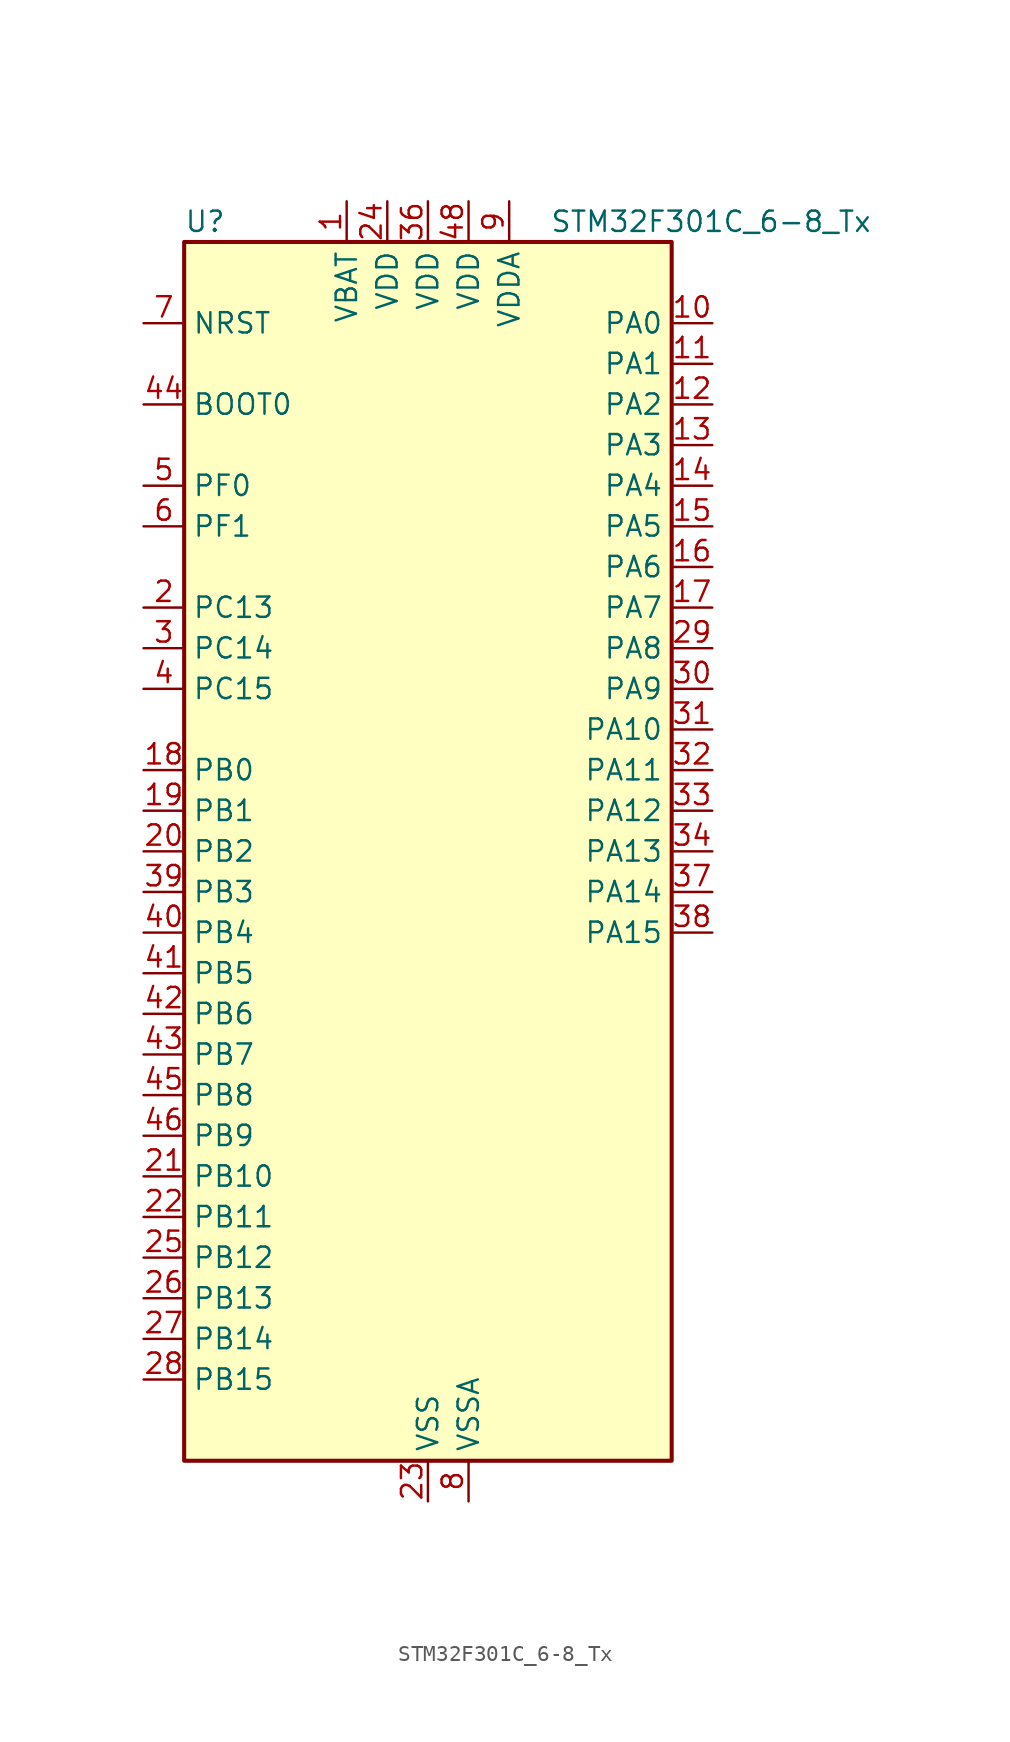
<source format=kicad_sym>
(kicad_symbol_lib
  (version 20241209)
  (generator "kicad_symbol_editor")
  (generator_version "9.0")
  (symbol "STM32F301C_6-8_Tx"
    (property "Reference" "U"
      (at -15.24 39.37 0)
      (effects (font (size 1.27 1.27)) (justify left)))
    (property "Value" "STM32F301C_6-8_Tx"
      (at 7.62 39.37 0)
      (effects (font (size 1.27 1.27)) (justify left)))
    (symbol "STM32F301C_6-8_Tx_0_1"
      (rectangle (start -15.24 -38.1) (end 15.24 38.1) (stroke (width 0.254) (type default)) (fill (type background))))
    (symbol "STM32F301C_6-8_Tx_1_1"
      (pin input line (at -17.78 33.02 0) (length 2.54) (name "NRST" (effects (font (size 1.27 1.27)))) (number "7" (effects (font (size 1.27 1.27)))))
      (pin input line (at -17.78 27.94 0) (length 2.54) (name "BOOT0" (effects (font (size 1.27 1.27)))) (number "44" (effects (font (size 1.27 1.27)))))
      (pin bidirectional line (at -17.78 22.86 0) (length 2.54) (name "PF0" (effects (font (size 1.27 1.27)))) (number "5" (effects (font (size 1.27 1.27)))) (alternate "I2C2_SDA" bidirectional line) (alternate "I2S2_WS" bidirectional line) (alternate "RCC_OSC_IN" bidirectional line) (alternate "SPI2_NSS" bidirectional line) (alternate "TIM1_CH3N" bidirectional line))
      (pin bidirectional line (at -17.78 20.32 0) (length 2.54) (name "PF1" (effects (font (size 1.27 1.27)))) (number "6" (effects (font (size 1.27 1.27)))) (alternate "I2C2_SCL" bidirectional line) (alternate "I2S2_CK" bidirectional line) (alternate "RCC_OSC_OUT" bidirectional line) (alternate "SPI2_SCK" bidirectional line))
      (pin bidirectional line (at -17.78 15.24 0) (length 2.54) (name "PC13" (effects (font (size 1.27 1.27)))) (number "2" (effects (font (size 1.27 1.27)))) (alternate "RTC_OUT_ALARM" bidirectional line) (alternate "RTC_OUT_CALIB" bidirectional line) (alternate "RTC_TAMP1" bidirectional line) (alternate "RTC_TS" bidirectional line) (alternate "SYS_WKUP2" bidirectional line) (alternate "TIM1_CH1N" bidirectional line))
      (pin bidirectional line (at -17.78 12.7 0) (length 2.54) (name "PC14" (effects (font (size 1.27 1.27)))) (number "3" (effects (font (size 1.27 1.27)))) (alternate "RCC_OSC32_IN" bidirectional line))
      (pin bidirectional line (at -17.78 10.16 0) (length 2.54) (name "PC15" (effects (font (size 1.27 1.27)))) (number "4" (effects (font (size 1.27 1.27)))) (alternate "ADC1_EXTI15" bidirectional line) (alternate "RCC_OSC32_OUT" bidirectional line))
      (pin bidirectional line (at -17.78 5.08 0) (length 2.54) (name "PB0" (effects (font (size 1.27 1.27)))) (number "18" (effects (font (size 1.27 1.27)))) (alternate "ADC1_IN11" bidirectional line) (alternate "COMP4_INP" bidirectional line) (alternate "OPAMP2_VINP" bidirectional line) (alternate "OPAMP2_VINP_SEC" bidirectional line) (alternate "TIM1_CH2N" bidirectional line) (alternate "TSC_G3_IO2" bidirectional line))
      (pin bidirectional line (at -17.78 2.54 0) (length 2.54) (name "PB1" (effects (font (size 1.27 1.27)))) (number "19" (effects (font (size 1.27 1.27)))) (alternate "ADC1_IN12" bidirectional line) (alternate "COMP4_OUT" bidirectional line) (alternate "TIM1_CH3N" bidirectional line) (alternate "TSC_G3_IO3" bidirectional line))
      (pin bidirectional line (at -17.78 0 0) (length 2.54) (name "PB2" (effects (font (size 1.27 1.27)))) (number "20" (effects (font (size 1.27 1.27)))) (alternate "COMP4_INM" bidirectional line) (alternate "TSC_G3_IO4" bidirectional line))
      (pin bidirectional line (at -17.78 -2.54 0) (length 2.54) (name "PB3" (effects (font (size 1.27 1.27)))) (number "39" (effects (font (size 1.27 1.27)))) (alternate "I2S3_CK" bidirectional line) (alternate "SPI3_SCK" bidirectional line) (alternate "SYS_JTDO-TRACESWO" bidirectional line) (alternate "TIM2_CH2" bidirectional line) (alternate "TSC_G5_IO1" bidirectional line) (alternate "USART2_TX" bidirectional line))
      (pin bidirectional line (at -17.78 -5.08 0) (length 2.54) (name "PB4" (effects (font (size 1.27 1.27)))) (number "40" (effects (font (size 1.27 1.27)))) (alternate "I2S3_ext_SD" bidirectional line) (alternate "SPI3_MISO" bidirectional line) (alternate "SYS_NJTRST" bidirectional line) (alternate "TIM16_CH1" bidirectional line) (alternate "TIM17_BKIN" bidirectional line) (alternate "TSC_G5_IO2" bidirectional line) (alternate "USART2_RX" bidirectional line))
      (pin bidirectional line (at -17.78 -7.62 0) (length 2.54) (name "PB5" (effects (font (size 1.27 1.27)))) (number "41" (effects (font (size 1.27 1.27)))) (alternate "I2C1_SMBA" bidirectional line) (alternate "I2C3_SDA" bidirectional line) (alternate "I2S3_SD" bidirectional line) (alternate "SPI3_MOSI" bidirectional line) (alternate "TIM16_BKIN" bidirectional line) (alternate "TIM17_CH1" bidirectional line) (alternate "USART2_CK" bidirectional line))
      (pin bidirectional line (at -17.78 -10.16 0) (length 2.54) (name "PB6" (effects (font (size 1.27 1.27)))) (number "42" (effects (font (size 1.27 1.27)))) (alternate "I2C1_SCL" bidirectional line) (alternate "TIM16_CH1N" bidirectional line) (alternate "TSC_G5_IO3" bidirectional line) (alternate "USART1_TX" bidirectional line))
      (pin bidirectional line (at -17.78 -12.7 0) (length 2.54) (name "PB7" (effects (font (size 1.27 1.27)))) (number "43" (effects (font (size 1.27 1.27)))) (alternate "I2C1_SDA" bidirectional line) (alternate "TIM17_CH1N" bidirectional line) (alternate "TSC_G5_IO4" bidirectional line) (alternate "USART1_RX" bidirectional line))
      (pin bidirectional line (at -17.78 -15.24 0) (length 2.54) (name "PB8" (effects (font (size 1.27 1.27)))) (number "45" (effects (font (size 1.27 1.27)))) (alternate "I2C1_SCL" bidirectional line) (alternate "TIM16_CH1" bidirectional line) (alternate "TIM1_BKIN" bidirectional line) (alternate "TSC_SYNC" bidirectional line) (alternate "USART3_RX" bidirectional line))
      (pin bidirectional line (at -17.78 -17.78 0) (length 2.54) (name "PB9" (effects (font (size 1.27 1.27)))) (number "46" (effects (font (size 1.27 1.27)))) (alternate "COMP2_OUT" bidirectional line) (alternate "DAC_EXTI9" bidirectional line) (alternate "I2C1_SDA" bidirectional line) (alternate "IR_OUT" bidirectional line) (alternate "TIM17_CH1" bidirectional line) (alternate "USART3_TX" bidirectional line))
      (pin bidirectional line (at -17.78 -20.32 0) (length 2.54) (name "PB10" (effects (font (size 1.27 1.27)))) (number "21" (effects (font (size 1.27 1.27)))) (alternate "TIM2_CH3" bidirectional line) (alternate "TSC_SYNC" bidirectional line) (alternate "USART3_TX" bidirectional line))
      (pin bidirectional line (at -17.78 -22.86 0) (length 2.54) (name "PB11" (effects (font (size 1.27 1.27)))) (number "22" (effects (font (size 1.27 1.27)))) (alternate "ADC1_EXTI11" bidirectional line) (alternate "ADC1_IN14" bidirectional line) (alternate "COMP6_INP" bidirectional line) (alternate "TIM2_CH4" bidirectional line) (alternate "TSC_G6_IO1" bidirectional line) (alternate "USART3_RX" bidirectional line))
      (pin bidirectional line (at -17.78 -25.4 0) (length 2.54) (name "PB12" (effects (font (size 1.27 1.27)))) (number "25" (effects (font (size 1.27 1.27)))) (alternate "I2C2_SMBA" bidirectional line) (alternate "I2S2_WS" bidirectional line) (alternate "SPI2_NSS" bidirectional line) (alternate "TIM1_BKIN" bidirectional line) (alternate "TSC_G6_IO2" bidirectional line) (alternate "USART3_CK" bidirectional line))
      (pin bidirectional line (at -17.78 -27.94 0) (length 2.54) (name "PB13" (effects (font (size 1.27 1.27)))) (number "26" (effects (font (size 1.27 1.27)))) (alternate "ADC1_IN13" bidirectional line) (alternate "I2S2_CK" bidirectional line) (alternate "SPI2_SCK" bidirectional line) (alternate "TIM1_CH1N" bidirectional line) (alternate "TSC_G6_IO3" bidirectional line) (alternate "USART3_CTS" bidirectional line))
      (pin bidirectional line (at -17.78 -30.48 0) (length 2.54) (name "PB14" (effects (font (size 1.27 1.27)))) (number "27" (effects (font (size 1.27 1.27)))) (alternate "I2S2_ext_SD" bidirectional line) (alternate "OPAMP2_VINP" bidirectional line) (alternate "OPAMP2_VINP_SEC" bidirectional line) (alternate "SPI2_MISO" bidirectional line) (alternate "TIM15_CH1" bidirectional line) (alternate "TIM1_CH2N" bidirectional line) (alternate "TSC_G6_IO4" bidirectional line) (alternate "USART3_DE" bidirectional line) (alternate "USART3_RTS" bidirectional line))
      (pin bidirectional line (at -17.78 -33.02 0) (length 2.54) (name "PB15" (effects (font (size 1.27 1.27)))) (number "28" (effects (font (size 1.27 1.27)))) (alternate "ADC1_EXTI15" bidirectional line) (alternate "COMP6_INM" bidirectional line) (alternate "I2S2_SD" bidirectional line) (alternate "RTC_REFIN" bidirectional line) (alternate "SPI2_MOSI" bidirectional line) (alternate "TIM15_CH1N" bidirectional line) (alternate "TIM15_CH2" bidirectional line) (alternate "TIM1_CH3N" bidirectional line))
      (pin power_in line (at -5.08 40.64 270) (length 2.54) (name "VBAT" (effects (font (size 1.27 1.27)))) (number "1" (effects (font (size 1.27 1.27)))))
      (pin power_in line (at -2.54 40.64 270) (length 2.54) (name "VDD" (effects (font (size 1.27 1.27)))) (number "24" (effects (font (size 1.27 1.27)))))
      (pin power_in line (at 0 40.64 270) (length 2.54) (name "VDD" (effects (font (size 1.27 1.27)))) (number "36" (effects (font (size 1.27 1.27)))))
      (pin power_in line (at 0 -40.64 90) (length 2.54) (name "VSS" (effects (font (size 1.27 1.27)))) (number "23" (effects (font (size 1.27 1.27)))))
      (pin passive line (at 0 -40.64 90) (length 2.54) (hide yes) (name "VSS" (effects (font (size 1.27 1.27)))) (number "35" (effects (font (size 1.27 1.27)))))
      (pin passive line (at 0 -40.64 90) (length 2.54) (hide yes) (name "VSS" (effects (font (size 1.27 1.27)))) (number "47" (effects (font (size 1.27 1.27)))))
      (pin power_in line (at 2.54 40.64 270) (length 2.54) (name "VDD" (effects (font (size 1.27 1.27)))) (number "48" (effects (font (size 1.27 1.27)))))
      (pin power_in line (at 2.54 -40.64 90) (length 2.54) (name "VSSA" (effects (font (size 1.27 1.27)))) (number "8" (effects (font (size 1.27 1.27)))))
      (pin power_in line (at 5.08 40.64 270) (length 2.54) (name "VDDA" (effects (font (size 1.27 1.27)))) (number "9" (effects (font (size 1.27 1.27)))))
      (pin bidirectional line (at 17.78 33.02 180) (length 2.54) (name "PA0" (effects (font (size 1.27 1.27)))) (number "10" (effects (font (size 1.27 1.27)))) (alternate "ADC1_IN1" bidirectional line) (alternate "RTC_TAMP2" bidirectional line) (alternate "SYS_WKUP1" bidirectional line) (alternate "TIM2_CH1" bidirectional line) (alternate "TIM2_ETR" bidirectional line) (alternate "TSC_G1_IO1" bidirectional line) (alternate "USART2_CTS" bidirectional line))
      (pin bidirectional line (at 17.78 30.48 180) (length 2.54) (name "PA1" (effects (font (size 1.27 1.27)))) (number "11" (effects (font (size 1.27 1.27)))) (alternate "ADC1_IN2" bidirectional line) (alternate "RTC_REFIN" bidirectional line) (alternate "TIM15_CH1N" bidirectional line) (alternate "TIM2_CH2" bidirectional line) (alternate "TSC_G1_IO2" bidirectional line) (alternate "USART2_DE" bidirectional line) (alternate "USART2_RTS" bidirectional line))
      (pin bidirectional line (at 17.78 27.94 180) (length 2.54) (name "PA2" (effects (font (size 1.27 1.27)))) (number "12" (effects (font (size 1.27 1.27)))) (alternate "ADC1_IN3" bidirectional line) (alternate "COMP2_INM" bidirectional line) (alternate "COMP2_OUT" bidirectional line) (alternate "TIM15_CH1" bidirectional line) (alternate "TIM2_CH3" bidirectional line) (alternate "TSC_G1_IO3" bidirectional line) (alternate "USART2_TX" bidirectional line))
      (pin bidirectional line (at 17.78 25.4 180) (length 2.54) (name "PA3" (effects (font (size 1.27 1.27)))) (number "13" (effects (font (size 1.27 1.27)))) (alternate "ADC1_IN4" bidirectional line) (alternate "TIM15_CH2" bidirectional line) (alternate "TIM2_CH4" bidirectional line) (alternate "TSC_G1_IO4" bidirectional line) (alternate "USART2_RX" bidirectional line))
      (pin bidirectional line (at 17.78 22.86 180) (length 2.54) (name "PA4" (effects (font (size 1.27 1.27)))) (number "14" (effects (font (size 1.27 1.27)))) (alternate "ADC1_IN5" bidirectional line) (alternate "COMP2_INM" bidirectional line) (alternate "COMP4_INM" bidirectional line) (alternate "COMP6_INM" bidirectional line) (alternate "DAC_OUT1" bidirectional line) (alternate "I2S3_WS" bidirectional line) (alternate "SPI3_NSS" bidirectional line) (alternate "TSC_G2_IO1" bidirectional line) (alternate "USART2_CK" bidirectional line))
      (pin bidirectional line (at 17.78 20.32 180) (length 2.54) (name "PA5" (effects (font (size 1.27 1.27)))) (number "15" (effects (font (size 1.27 1.27)))) (alternate "OPAMP2_VINM" bidirectional line) (alternate "OPAMP2_VINM_SEC" bidirectional line) (alternate "TIM2_CH1" bidirectional line) (alternate "TIM2_ETR" bidirectional line) (alternate "TSC_G2_IO2" bidirectional line))
      (pin bidirectional line (at 17.78 17.78 180) (length 2.54) (name "PA6" (effects (font (size 1.27 1.27)))) (number "16" (effects (font (size 1.27 1.27)))) (alternate "ADC1_IN10" bidirectional line) (alternate "OPAMP2_VOUT" bidirectional line) (alternate "TIM16_CH1" bidirectional line) (alternate "TIM1_BKIN" bidirectional line) (alternate "TSC_G2_IO3" bidirectional line))
      (pin bidirectional line (at 17.78 15.24 180) (length 2.54) (name "PA7" (effects (font (size 1.27 1.27)))) (number "17" (effects (font (size 1.27 1.27)))) (alternate "ADC1_IN15" bidirectional line) (alternate "COMP2_INP" bidirectional line) (alternate "OPAMP2_VINP" bidirectional line) (alternate "OPAMP2_VINP_SEC" bidirectional line) (alternate "TIM17_CH1" bidirectional line) (alternate "TIM1_CH1N" bidirectional line) (alternate "TSC_G2_IO4" bidirectional line))
      (pin bidirectional line (at 17.78 12.7 180) (length 2.54) (name "PA8" (effects (font (size 1.27 1.27)))) (number "29" (effects (font (size 1.27 1.27)))) (alternate "I2C2_SMBA" bidirectional line) (alternate "I2C3_SCL" bidirectional line) (alternate "I2S2_MCK" bidirectional line) (alternate "RCC_MCO" bidirectional line) (alternate "TIM1_CH1" bidirectional line) (alternate "USART1_CK" bidirectional line))
      (pin bidirectional line (at 17.78 10.16 180) (length 2.54) (name "PA9" (effects (font (size 1.27 1.27)))) (number "30" (effects (font (size 1.27 1.27)))) (alternate "DAC_EXTI9" bidirectional line) (alternate "I2C2_SCL" bidirectional line) (alternate "I2C3_SMBA" bidirectional line) (alternate "I2S3_MCK" bidirectional line) (alternate "TIM15_BKIN" bidirectional line) (alternate "TIM1_CH2" bidirectional line) (alternate "TIM2_CH3" bidirectional line) (alternate "TSC_G4_IO1" bidirectional line) (alternate "USART1_TX" bidirectional line))
      (pin bidirectional line (at 17.78 7.62 180) (length 2.54) (name "PA10" (effects (font (size 1.27 1.27)))) (number "31" (effects (font (size 1.27 1.27)))) (alternate "COMP6_OUT" bidirectional line) (alternate "I2C2_SDA" bidirectional line) (alternate "I2S2_ext_SD" bidirectional line) (alternate "SPI2_MISO" bidirectional line) (alternate "TIM17_BKIN" bidirectional line) (alternate "TIM1_CH3" bidirectional line) (alternate "TIM2_CH4" bidirectional line) (alternate "TSC_G4_IO2" bidirectional line) (alternate "USART1_RX" bidirectional line))
      (pin bidirectional line (at 17.78 5.08 180) (length 2.54) (name "PA11" (effects (font (size 1.27 1.27)))) (number "32" (effects (font (size 1.27 1.27)))) (alternate "ADC1_EXTI11" bidirectional line) (alternate "I2S2_SD" bidirectional line) (alternate "SPI2_MOSI" bidirectional line) (alternate "TIM1_BKIN2" bidirectional line) (alternate "TIM1_CH1N" bidirectional line) (alternate "TIM1_CH4" bidirectional line) (alternate "USART1_CTS" bidirectional line))
      (pin bidirectional line (at 17.78 2.54 180) (length 2.54) (name "PA12" (effects (font (size 1.27 1.27)))) (number "33" (effects (font (size 1.27 1.27)))) (alternate "COMP2_OUT" bidirectional line) (alternate "I2S_CKIN" bidirectional line) (alternate "TIM16_CH1" bidirectional line) (alternate "TIM1_CH2N" bidirectional line) (alternate "TIM1_ETR" bidirectional line) (alternate "USART1_DE" bidirectional line) (alternate "USART1_RTS" bidirectional line))
      (pin bidirectional line (at 17.78 0 180) (length 2.54) (name "PA13" (effects (font (size 1.27 1.27)))) (number "34" (effects (font (size 1.27 1.27)))) (alternate "IR_OUT" bidirectional line) (alternate "SYS_JTMS-SWDIO" bidirectional line) (alternate "TIM16_CH1N" bidirectional line) (alternate "TSC_G4_IO3" bidirectional line) (alternate "USART3_CTS" bidirectional line))
      (pin bidirectional line (at 17.78 -2.54 180) (length 2.54) (name "PA14" (effects (font (size 1.27 1.27)))) (number "37" (effects (font (size 1.27 1.27)))) (alternate "I2C1_SDA" bidirectional line) (alternate "SYS_JTCK-SWCLK" bidirectional line) (alternate "TIM1_BKIN" bidirectional line) (alternate "TSC_G4_IO4" bidirectional line) (alternate "USART2_TX" bidirectional line))
      (pin bidirectional line (at 17.78 -5.08 180) (length 2.54) (name "PA15" (effects (font (size 1.27 1.27)))) (number "38" (effects (font (size 1.27 1.27)))) (alternate "ADC1_EXTI15" bidirectional line) (alternate "I2C1_SCL" bidirectional line) (alternate "I2S3_WS" bidirectional line) (alternate "SPI3_NSS" bidirectional line) (alternate "SYS_JTDI" bidirectional line) (alternate "TIM1_BKIN" bidirectional line) (alternate "TIM2_CH1" bidirectional line) (alternate "TIM2_ETR" bidirectional line) (alternate "TSC_SYNC" bidirectional line) (alternate "USART2_RX" bidirectional line)))))
</source>
